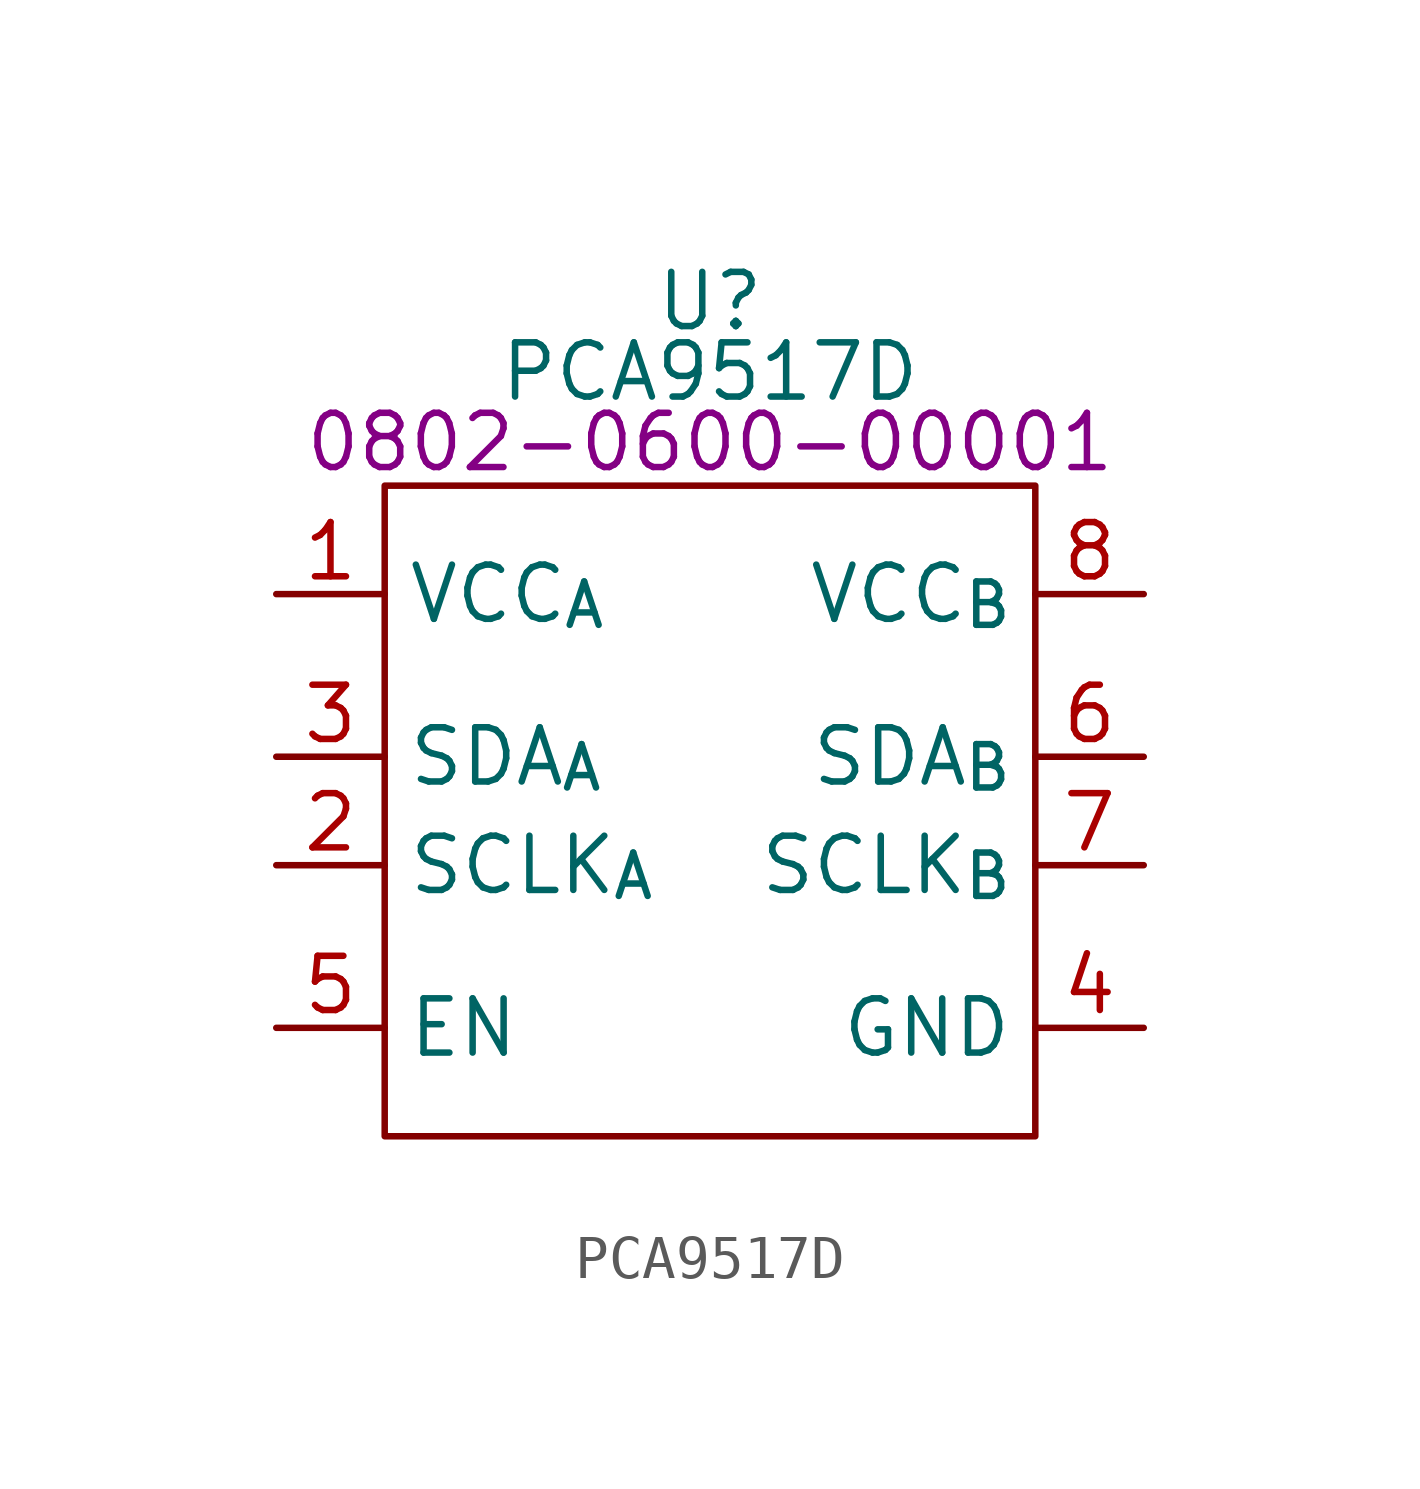
<source format=kicad_sym>
(kicad_symbol_lib
  (version 20231120)
  (generator "kicad_symbol_editor")
  (generator_version "8.0")
  (symbol "PCA9517D"
    (property "Reference" "U"
      (at 0 4.318 0)
      (effects (font (size 1.27 1.27))))
    (property "Value" "PCA9517D"
      (at 0 2.667 0)
      (effects (font (size 1.27 1.27))))
    (property "PartNumber" "0802-0600-00001"
      (at 0 1.016 0)
      (effects (font (size 1.27 1.27))))
    (symbol "PCA9517D_0_0"
      (pin power_in line (at -10.16 -2.54 0) (length 2.54) (name "VCC_{A}" (effects (font (size 1.27 1.27)))) (number "1" (effects (font (size 1.27 1.27)))))
      (pin bidirectional line (at -10.16 -8.89 0) (length 2.54) (name "SCLK_{A}" (effects (font (size 1.27 1.27)))) (number "2" (effects (font (size 1.27 1.27)))))
      (pin bidirectional line (at -10.16 -6.35 0) (length 2.54) (name "SDA_{A}" (effects (font (size 1.27 1.27)))) (number "3" (effects (font (size 1.27 1.27)))))
      (pin power_in line (at 10.16 -12.7 180) (length 2.54) (name "GND" (effects (font (size 1.27 1.27)))) (number "4" (effects (font (size 1.27 1.27)))))
      (pin input line (at -10.16 -12.7 0) (length 2.54) (name "EN" (effects (font (size 1.27 1.27)))) (number "5" (effects (font (size 1.27 1.27)))))
      (pin bidirectional line (at 10.16 -6.35 180) (length 2.54) (name "SDA_{B}" (effects (font (size 1.27 1.27)))) (number "6" (effects (font (size 1.27 1.27)))))
      (pin bidirectional line (at 10.16 -8.89 180) (length 2.54) (name "SCLK_{B}" (effects (font (size 1.27 1.27)))) (number "7" (effects (font (size 1.27 1.27)))))
      (pin power_in line (at 10.16 -2.54 180) (length 2.54) (name "VCC_{B}" (effects (font (size 1.27 1.27)))) (number "8" (effects (font (size 1.27 1.27))))))
    (symbol "PCA9517D_0_1"
      (rectangle (start -7.62 0) (end 7.62 -15.24) (stroke (width 0) (type default)) (fill (type none))))))
</source>
